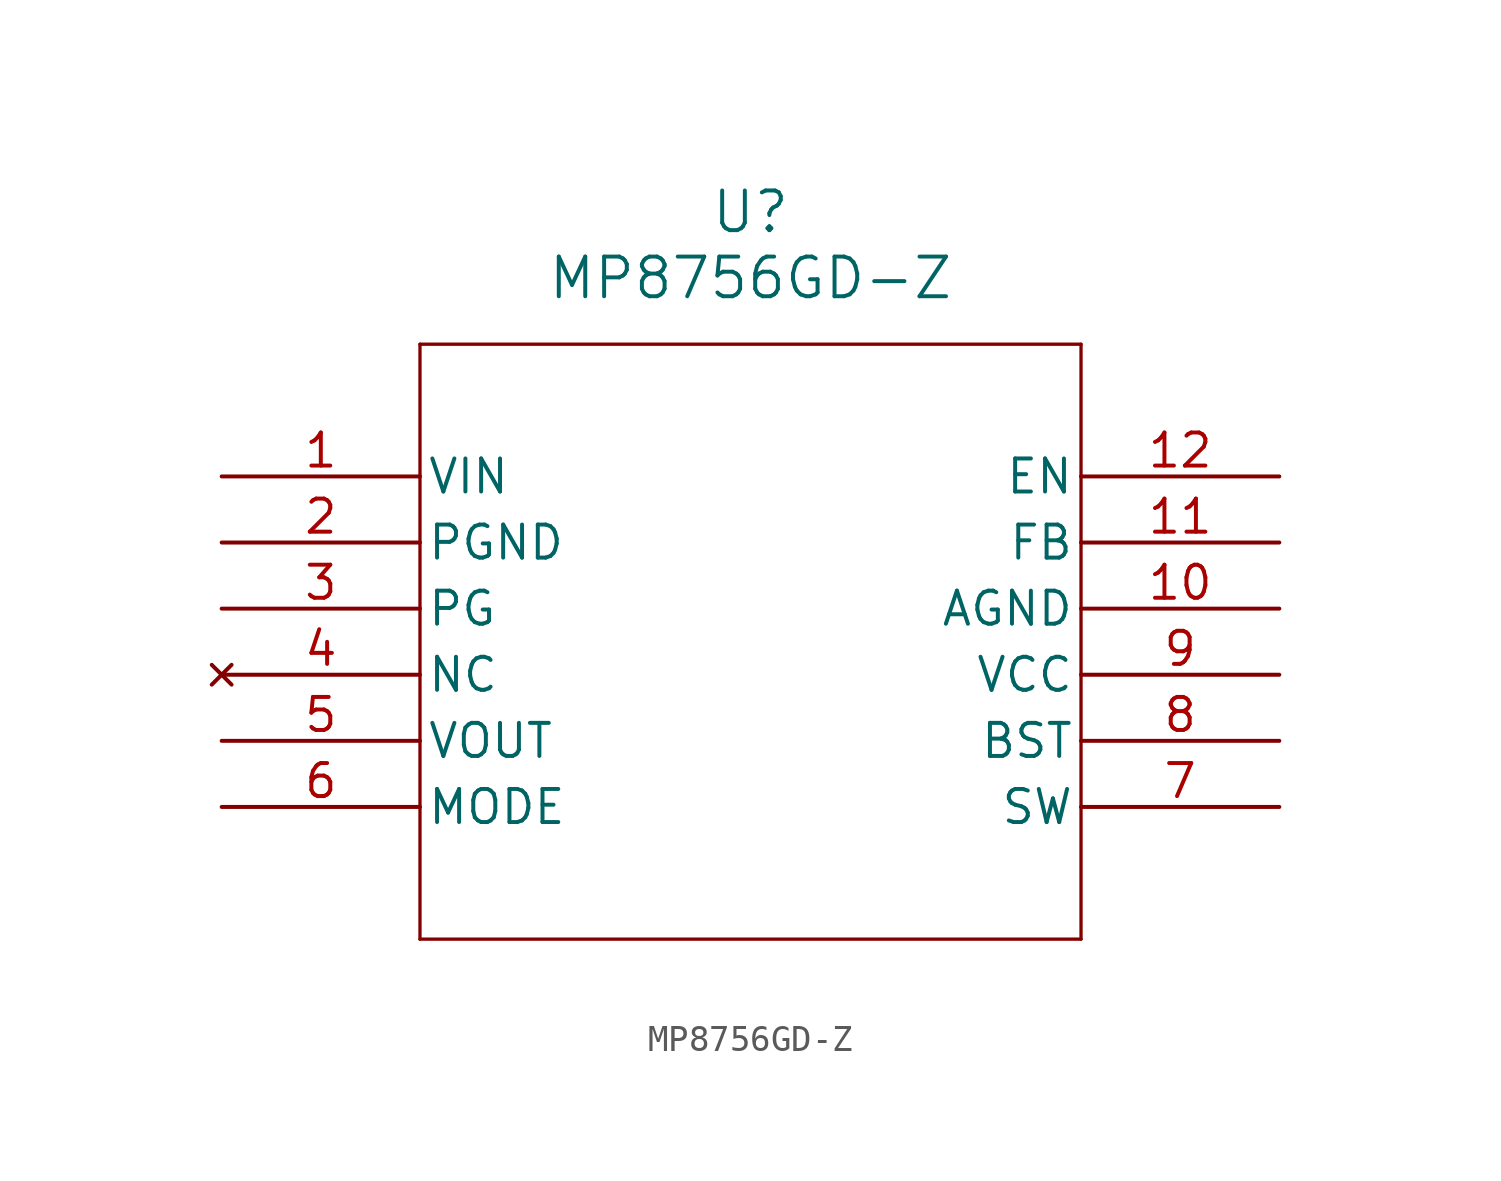
<source format=kicad_sym>
(kicad_symbol_lib
  (version 20211014)
  (generator kicad_symbol_editor)
  (symbol "MP8756GD-Z"
    (pin_names
      (offset 0.254))
    (property "Reference" "U"
      (at 20.32 10.16 0)
      (effects (font (size 1.524 1.524))))
    (property "Value" "MP8756GD-Z"
      (at 20.32 7.62 0)
      (effects (font (size 1.524 1.524))))
    (symbol "MP8756GD-Z_0_1"
      (polyline (pts (xy 7.62 5.08) (xy 7.62 -17.78)) (stroke (width 0.127) (type default) (color 0 0 0 0)) (fill (type none)))
      (polyline (pts (xy 7.62 -17.78) (xy 33.02 -17.78)) (stroke (width 0.127) (type default) (color 0 0 0 0)) (fill (type none)))
      (polyline (pts (xy 33.02 -17.78) (xy 33.02 5.08)) (stroke (width 0.127) (type default) (color 0 0 0 0)) (fill (type none)))
      (polyline (pts (xy 33.02 5.08) (xy 7.62 5.08)) (stroke (width 0.127) (type default) (color 0 0 0 0)) (fill (type none)))
      (pin power_in line (at 0 0 0) (length 7.62) (name "VIN" (effects (font (size 1.27 1.27)))) (number "1" (effects (font (size 1.27 1.27)))))
      (pin power_in line (at 0 -2.54 0) (length 7.62) (name "PGND" (effects (font (size 1.27 1.27)))) (number "2" (effects (font (size 1.27 1.27)))))
      (pin output line (at 0 -5.08 0) (length 7.62) (name "PG" (effects (font (size 1.27 1.27)))) (number "3" (effects (font (size 1.27 1.27)))))
      (pin no_connect line (at 0 -7.62 0) (length 7.62) (name "NC" (effects (font (size 1.27 1.27)))) (number "4" (effects (font (size 1.27 1.27)))))
      (pin power_in line (at 0 -10.16 0) (length 7.62) (name "VOUT" (effects (font (size 1.27 1.27)))) (number "5" (effects (font (size 1.27 1.27)))))
      (pin unspecified line (at 0 -12.7 0) (length 7.62) (name "MODE" (effects (font (size 1.27 1.27)))) (number "6" (effects (font (size 1.27 1.27)))))
      (pin output line (at 40.64 -12.7 180) (length 7.62) (name "SW" (effects (font (size 1.27 1.27)))) (number "7" (effects (font (size 1.27 1.27)))))
      (pin power_in line (at 40.64 -10.16 180) (length 7.62) (name "BST" (effects (font (size 1.27 1.27)))) (number "8" (effects (font (size 1.27 1.27)))))
      (pin power_in line (at 40.64 -7.62 180) (length 7.62) (name "VCC" (effects (font (size 1.27 1.27)))) (number "9" (effects (font (size 1.27 1.27)))))
      (pin power_in line (at 40.64 -5.08 180) (length 7.62) (name "AGND" (effects (font (size 1.27 1.27)))) (number "10" (effects (font (size 1.27 1.27)))))
      (pin unspecified line (at 40.64 -2.54 180) (length 7.62) (name "FB" (effects (font (size 1.27 1.27)))) (number "11" (effects (font (size 1.27 1.27)))))
      (pin input line (at 40.64 0 180) (length 7.62) (name "EN" (effects (font (size 1.27 1.27)))) (number "12" (effects (font (size 1.27 1.27))))))))
</source>
